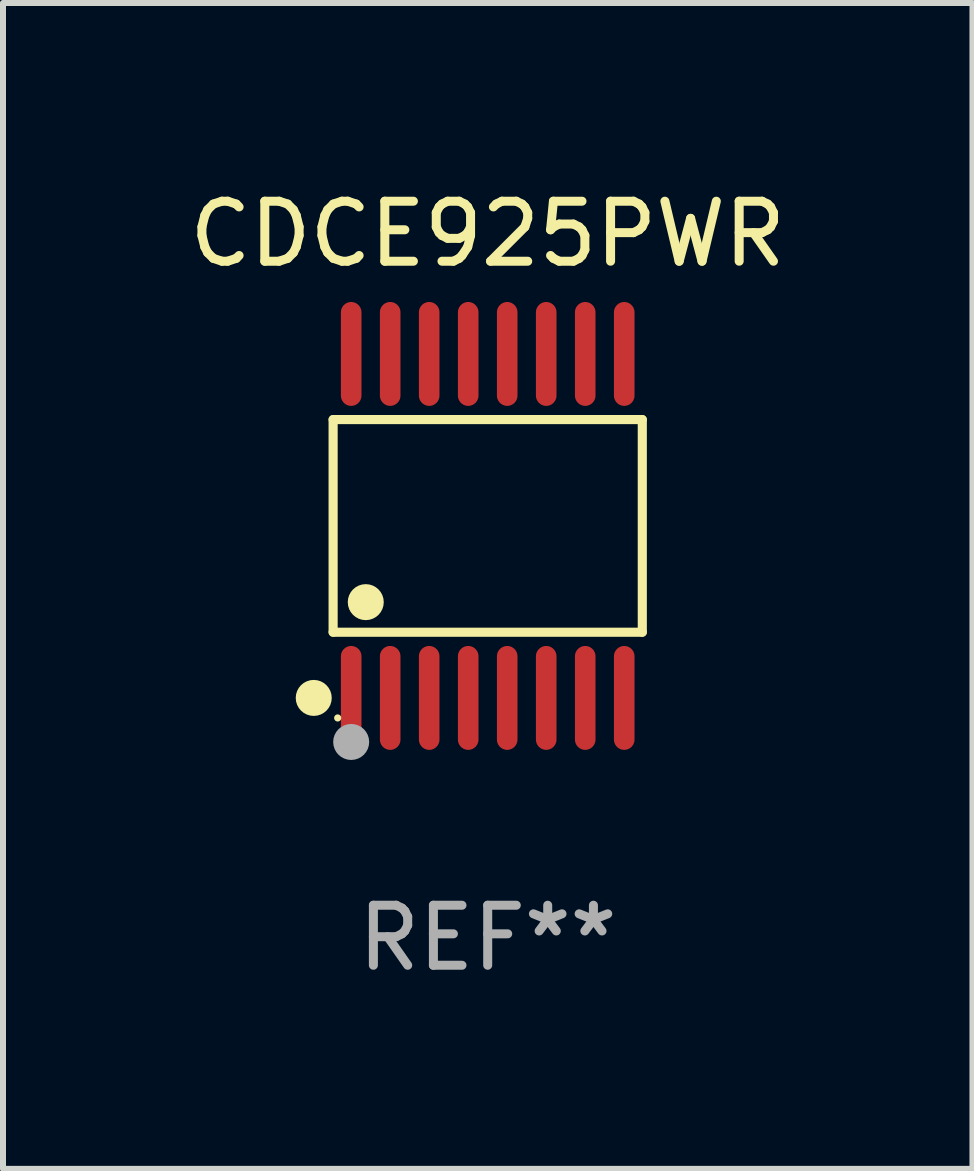
<source format=kicad_pcb>
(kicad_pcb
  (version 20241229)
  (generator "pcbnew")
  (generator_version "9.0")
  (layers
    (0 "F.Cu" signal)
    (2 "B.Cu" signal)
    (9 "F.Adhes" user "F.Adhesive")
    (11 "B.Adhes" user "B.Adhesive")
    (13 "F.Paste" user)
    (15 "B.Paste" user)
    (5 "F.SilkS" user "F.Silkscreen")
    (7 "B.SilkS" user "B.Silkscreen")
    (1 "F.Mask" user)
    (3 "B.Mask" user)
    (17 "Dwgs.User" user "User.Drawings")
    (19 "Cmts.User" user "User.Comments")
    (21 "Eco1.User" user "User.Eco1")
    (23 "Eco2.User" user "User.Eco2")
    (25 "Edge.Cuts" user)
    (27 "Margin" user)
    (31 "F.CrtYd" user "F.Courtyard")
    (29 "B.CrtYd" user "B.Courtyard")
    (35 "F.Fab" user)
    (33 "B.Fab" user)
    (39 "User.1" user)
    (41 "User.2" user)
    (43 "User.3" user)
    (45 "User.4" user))
  (footprint "CDCE925PWR"
    (layer "F.Cu")
    (at 5.077 5.714)
    (property "Reference" "CDCE925PWR" (at 0 -4.866 0) (layer "F.SilkS") (effects (font (size 1 1) (thickness 0.15))))
    (attr through_hole)
    (fp_line (start -2.576 -1.772) (end 2.576 -1.772) (stroke (width 0.152) (type solid)) (layer "F.SilkS"))
    (fp_line (start -2.576 1.771) (end -2.576 -1.772) (stroke (width 0.152) (type solid)) (layer "F.SilkS"))
    (fp_line (start 2.576 -1.772) (end 2.576 1.771) (stroke (width 0.152) (type solid)) (layer "F.SilkS"))
    (fp_line (start 2.576 1.771) (end -2.576 1.771) (stroke (width 0.152) (type solid)) (layer "F.SilkS"))
    (fp_circle (center -2.899 2.866) (end -2.749 2.866) (stroke (width 0.3) (type solid)) (fill no) (layer "F.SilkS"))
    (fp_circle (center -2.5 3.2) (end -2.47 3.2) (stroke (width 0.06) (type solid)) (fill no) (layer "F.SilkS"))
    (fp_circle (center -2.032 1.27) (end -1.882 1.27) (stroke (width 0.3) (type solid)) (fill no) (layer "F.SilkS"))
    (fp_circle (center -2.275 3.6) (end -2.125 3.6) (stroke (width 0.3) (type solid)) (fill no) (layer "F.Fab"))
    (fp_text user "REF**" (at 0 6.866 0) (layer "F.Fab") (effects (font (size 1 1) (thickness 0.15))))
    (pad "1" smd oval (at -2.275 2.866) (size 0.343 1.731) (layers "F.Cu" "F.Mask" "F.Paste"))
    (pad "2" smd oval (at -1.625 2.866) (size 0.343 1.731) (layers "F.Cu" "F.Mask" "F.Paste"))
    (pad "3" smd oval (at -0.975 2.866) (size 0.343 1.731) (layers "F.Cu" "F.Mask" "F.Paste"))
    (pad "4" smd oval (at -0.325 2.866) (size 0.343 1.731) (layers "F.Cu" "F.Mask" "F.Paste"))
    (pad "5" smd oval (at 0.325 2.866) (size 0.343 1.731) (layers "F.Cu" "F.Mask" "F.Paste"))
    (pad "6" smd oval (at 0.975 2.866) (size 0.343 1.731) (layers "F.Cu" "F.Mask" "F.Paste"))
    (pad "7" smd oval (at 1.625 2.866) (size 0.343 1.731) (layers "F.Cu" "F.Mask" "F.Paste"))
    (pad "8" smd oval (at 2.275 2.866) (size 0.343 1.731) (layers "F.Cu" "F.Mask" "F.Paste"))
    (pad "9" smd oval (at 2.275 -2.866) (size 0.343 1.731) (layers "F.Cu" "F.Mask" "F.Paste"))
    (pad "10" smd oval (at 1.625 -2.866) (size 0.343 1.731) (layers "F.Cu" "F.Mask" "F.Paste"))
    (pad "11" smd oval (at 0.975 -2.866) (size 0.343 1.731) (layers "F.Cu" "F.Mask" "F.Paste"))
    (pad "12" smd oval (at 0.325 -2.866) (size 0.343 1.731) (layers "F.Cu" "F.Mask" "F.Paste"))
    (pad "13" smd oval (at -0.325 -2.866) (size 0.343 1.731) (layers "F.Cu" "F.Mask" "F.Paste"))
    (pad "14" smd oval (at -0.975 -2.866) (size 0.343 1.731) (layers "F.Cu" "F.Mask" "F.Paste"))
    (pad "15" smd oval (at -1.625 -2.866) (size 0.343 1.731) (layers "F.Cu" "F.Mask" "F.Paste"))
    (pad "16" smd oval (at -2.275 -2.866) (size 0.343 1.731) (layers "F.Cu" "F.Mask" "F.Paste")))
  (gr_rect
    (start -3 -3)
    (end 13.155 16.428)
    (stroke (width 0.1) (type default))
    (fill no)
    (layer "Edge.Cuts")))
</source>
